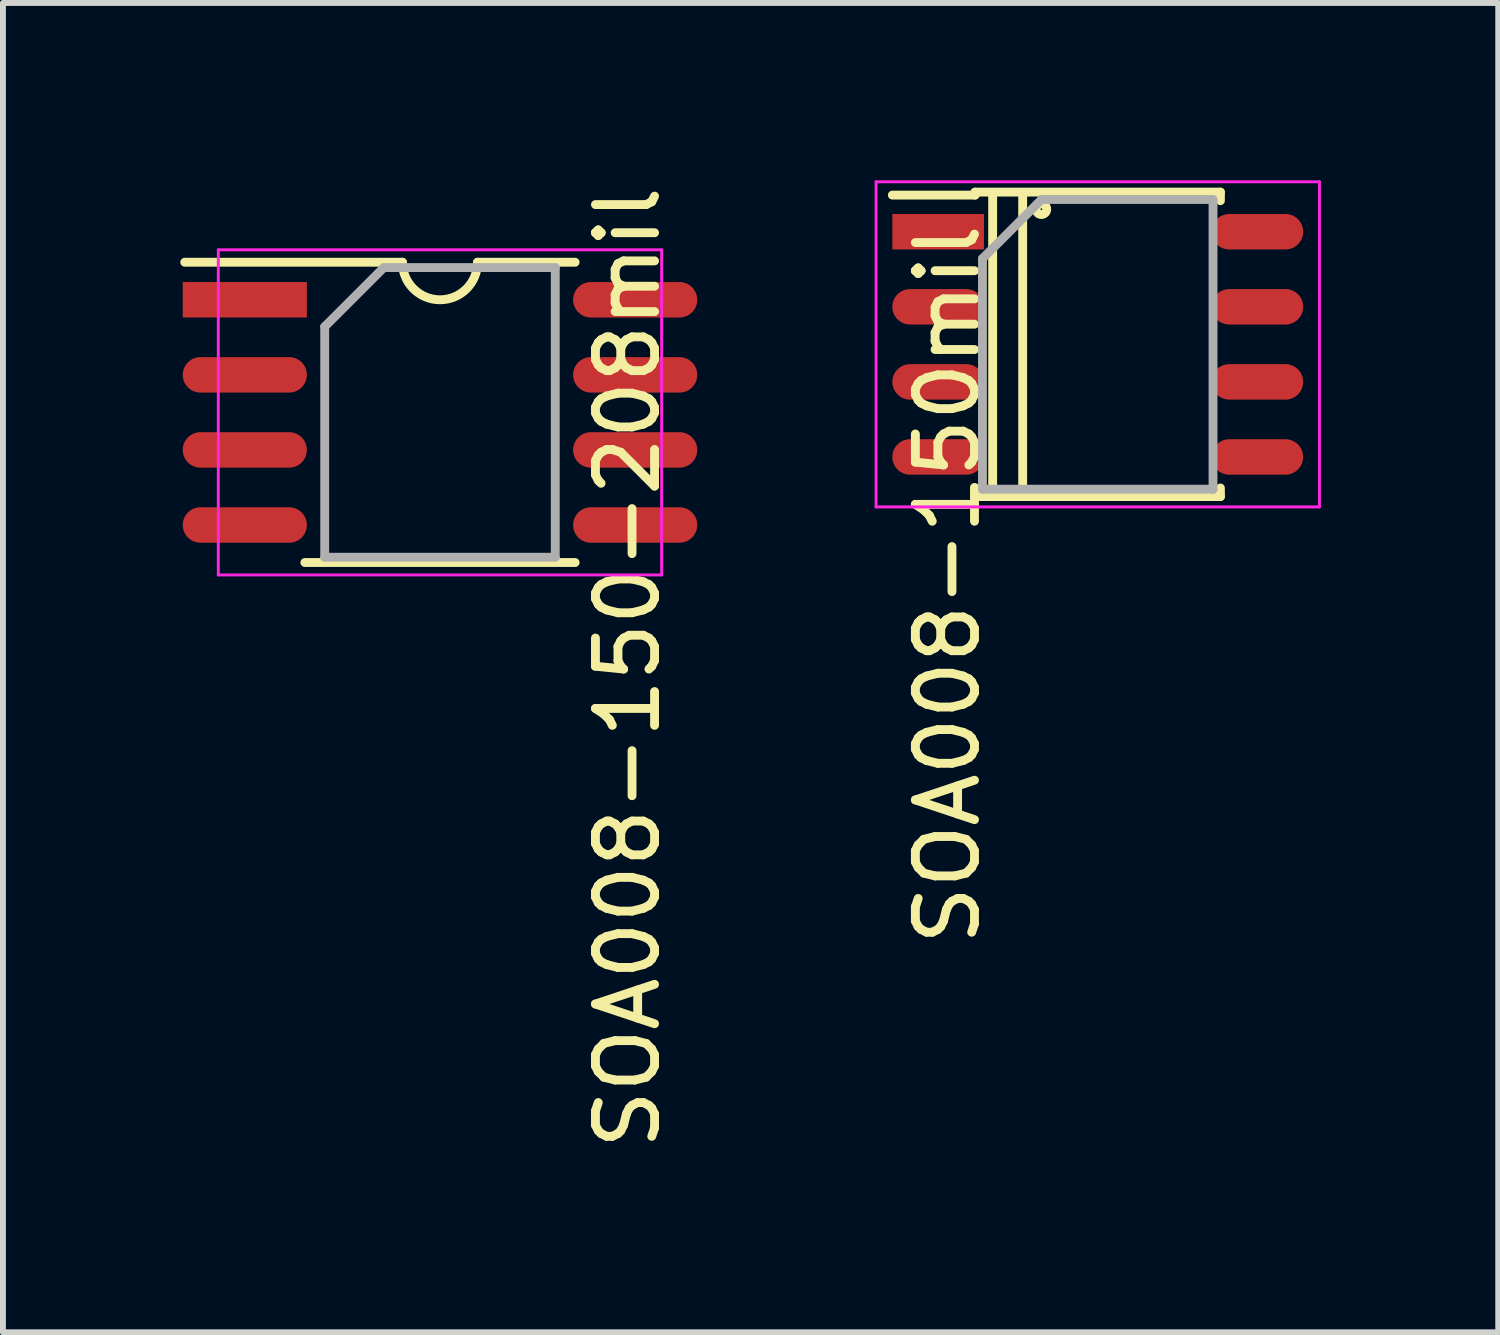
<source format=kicad_pcb>
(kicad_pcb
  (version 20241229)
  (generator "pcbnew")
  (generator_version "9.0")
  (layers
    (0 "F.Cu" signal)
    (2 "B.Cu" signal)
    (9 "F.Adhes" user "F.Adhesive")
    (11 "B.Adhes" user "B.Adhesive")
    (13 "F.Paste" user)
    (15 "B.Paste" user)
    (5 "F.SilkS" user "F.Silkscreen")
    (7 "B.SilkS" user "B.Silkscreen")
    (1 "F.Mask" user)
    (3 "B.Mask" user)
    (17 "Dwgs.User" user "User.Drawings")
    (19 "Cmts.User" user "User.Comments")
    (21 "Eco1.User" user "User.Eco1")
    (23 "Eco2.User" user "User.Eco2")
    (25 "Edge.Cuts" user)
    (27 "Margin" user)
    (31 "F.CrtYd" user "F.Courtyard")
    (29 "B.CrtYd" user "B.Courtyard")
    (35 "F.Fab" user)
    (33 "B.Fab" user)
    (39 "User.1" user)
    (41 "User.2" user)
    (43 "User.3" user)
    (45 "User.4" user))
  (footprint "SOA008-150-208mil"
    (layer "F.Cu")
    (at 4.393 3.926)
    (property "Reference" "SOA008-150-208mil" (at 3.175 4.318 270) (layer "F.SilkS") (effects (font (size 1 1) (thickness 0.15))))
    (attr smd)
    (fp_line (start -0.635 -2.54) (end -4.318 -2.54) (stroke (width 0.15) (type solid)) (layer "F.SilkS"))
    (fp_line (start 0.635 -2.54) (end 2.286 -2.54) (stroke (width 0.15) (type solid)) (layer "F.SilkS"))
    (fp_line (start 2.286 2.54) (end -2.286 2.54) (stroke (width 0.15) (type solid)) (layer "F.SilkS"))
    (fp_arc (start 0.635 -2.54) (mid 0 -1.905) (end -0.635 -2.54) (stroke (width 0.15) (type solid)) (layer "F.SilkS"))
    (fp_line (start -3.75 -2.75) (end -3.75 2.75) (stroke (width 0.05) (type solid)) (layer "F.CrtYd"))
    (fp_line (start -3.75 -2.75) (end 3.75 -2.75) (stroke (width 0.05) (type solid)) (layer "F.CrtYd"))
    (fp_line (start -3.75 2.75) (end 3.75 2.75) (stroke (width 0.05) (type solid)) (layer "F.CrtYd"))
    (fp_line (start 3.75 -2.75) (end 3.75 2.75) (stroke (width 0.05) (type solid)) (layer "F.CrtYd"))
    (fp_line (start -1.95 -1.45) (end -0.95 -2.45) (stroke (width 0.15) (type solid)) (layer "F.Fab"))
    (fp_line (start -1.95 2.45) (end -1.95 -1.45) (stroke (width 0.15) (type solid)) (layer "F.Fab"))
    (fp_line (start -0.95 -2.45) (end 1.95 -2.45) (stroke (width 0.15) (type solid)) (layer "F.Fab"))
    (fp_line (start 1.95 -2.45) (end 1.95 2.45) (stroke (width 0.15) (type solid)) (layer "F.Fab"))
    (fp_line (start 1.95 2.45) (end -1.95 2.45) (stroke (width 0.15) (type solid)) (layer "F.Fab"))
    (pad "1" smd rect (at -3.302 -1.905) (size 2.1 0.6) (layers "F.Cu" "F.Mask" "F.Paste"))
    (pad "2" smd oval (at -3.302 -0.635) (size 2.1 0.6) (layers "F.Cu" "F.Mask" "F.Paste"))
    (pad "3" smd oval (at -3.302 0.635) (size 2.1 0.6) (layers "F.Cu" "F.Mask" "F.Paste"))
    (pad "4" smd oval (at -3.302 1.905) (size 2.1 0.6) (layers "F.Cu" "F.Mask" "F.Paste"))
    (pad "5" smd oval (at 3.302 1.905) (size 2.1 0.6) (layers "F.Cu" "F.Mask" "F.Paste"))
    (pad "6" smd oval (at 3.302 0.635) (size 2.1 0.6) (layers "F.Cu" "F.Mask" "F.Paste"))
    (pad "7" smd oval (at 3.302 -0.635) (size 2.1 0.6) (layers "F.Cu" "F.Mask" "F.Paste"))
    (pad "8" smd oval (at 3.302 -1.905) (size 2.1 0.6) (layers "F.Cu" "F.Mask" "F.Paste")))
  (footprint "SOA008-150mil"
    (layer "F.Cu")
    (at 15.52 2.775)
    (property "Reference" "SOA008-150mil" (at -2.54 4.064 270) (layer "F.SilkS") (effects (font (size 1 1) (thickness 0.15))))
    (attr smd)
    (fp_line (start -2.075 -2.575) (end -2.075 -2.525) (stroke (width 0.15) (type solid)) (layer "F.SilkS"))
    (fp_line (start -2.075 -2.575) (end 2.075 -2.575) (stroke (width 0.15) (type solid)) (layer "F.SilkS"))
    (fp_line (start -2.075 -2.525) (end -3.475 -2.525) (stroke (width 0.15) (type solid)) (layer "F.SilkS"))
    (fp_line (start -2.075 2.575) (end -2.075 2.43) (stroke (width 0.15) (type solid)) (layer "F.SilkS"))
    (fp_line (start -2.075 2.575) (end 2.075 2.575) (stroke (width 0.15) (type solid)) (layer "F.SilkS"))
    (fp_line (start -1.778 2.54) (end -1.778 -2.54) (stroke (width 0.15) (type solid)) (layer "F.SilkS"))
    (fp_line (start -1.27 -2.54) (end -1.27 2.54) (stroke (width 0.15) (type solid)) (layer "F.SilkS"))
    (fp_line (start 2.075 -2.575) (end 2.075 -2.43) (stroke (width 0.15) (type solid)) (layer "F.SilkS"))
    (fp_line (start 2.075 2.575) (end 2.075 2.43) (stroke (width 0.15) (type solid)) (layer "F.SilkS"))
    (fp_circle (center -0.953 -2.286) (end -0.889 -2.223) (stroke (width 0.15) (type solid)) (fill no) (layer "F.SilkS"))
    (fp_line (start -3.75 -2.75) (end -3.75 2.75) (stroke (width 0.05) (type solid)) (layer "F.CrtYd"))
    (fp_line (start -3.75 -2.75) (end 3.75 -2.75) (stroke (width 0.05) (type solid)) (layer "F.CrtYd"))
    (fp_line (start -3.75 2.75) (end 3.75 2.75) (stroke (width 0.05) (type solid)) (layer "F.CrtYd"))
    (fp_line (start 3.75 -2.75) (end 3.75 2.75) (stroke (width 0.05) (type solid)) (layer "F.CrtYd"))
    (fp_line (start -1.95 -1.45) (end -0.95 -2.45) (stroke (width 0.15) (type solid)) (layer "F.Fab"))
    (fp_line (start -1.95 2.45) (end -1.95 -1.45) (stroke (width 0.15) (type solid)) (layer "F.Fab"))
    (fp_line (start -0.95 -2.45) (end 1.95 -2.45) (stroke (width 0.15) (type solid)) (layer "F.Fab"))
    (fp_line (start 1.95 -2.45) (end 1.95 2.45) (stroke (width 0.15) (type solid)) (layer "F.Fab"))
    (fp_line (start 1.95 2.45) (end -1.95 2.45) (stroke (width 0.15) (type solid)) (layer "F.Fab"))
    (pad "1" smd rect (at -2.7 -1.905) (size 1.55 0.6) (layers "F.Cu" "F.Mask" "F.Paste"))
    (pad "2" smd oval (at -2.7 -0.635) (size 1.55 0.6) (layers "F.Cu" "F.Mask" "F.Paste"))
    (pad "3" smd oval (at -2.7 0.635) (size 1.55 0.6) (layers "F.Cu" "F.Mask" "F.Paste"))
    (pad "4" smd oval (at -2.7 1.905) (size 1.55 0.6) (layers "F.Cu" "F.Mask" "F.Paste"))
    (pad "5" smd oval (at 2.7 1.905) (size 1.55 0.6) (layers "F.Cu" "F.Mask" "F.Paste"))
    (pad "6" smd oval (at 2.7 0.635) (size 1.55 0.6) (layers "F.Cu" "F.Mask" "F.Paste"))
    (pad "7" smd oval (at 2.7 -0.635) (size 1.55 0.6) (layers "F.Cu" "F.Mask" "F.Paste"))
    (pad "8" smd oval (at 2.7 -1.905) (size 1.55 0.6) (layers "F.Cu" "F.Mask" "F.Paste")))
  (gr_rect
    (start -3 -3)
    (end 22.295 19.488)
    (stroke (width 0.1) (type default))
    (fill no)
    (layer "Edge.Cuts")))
</source>
